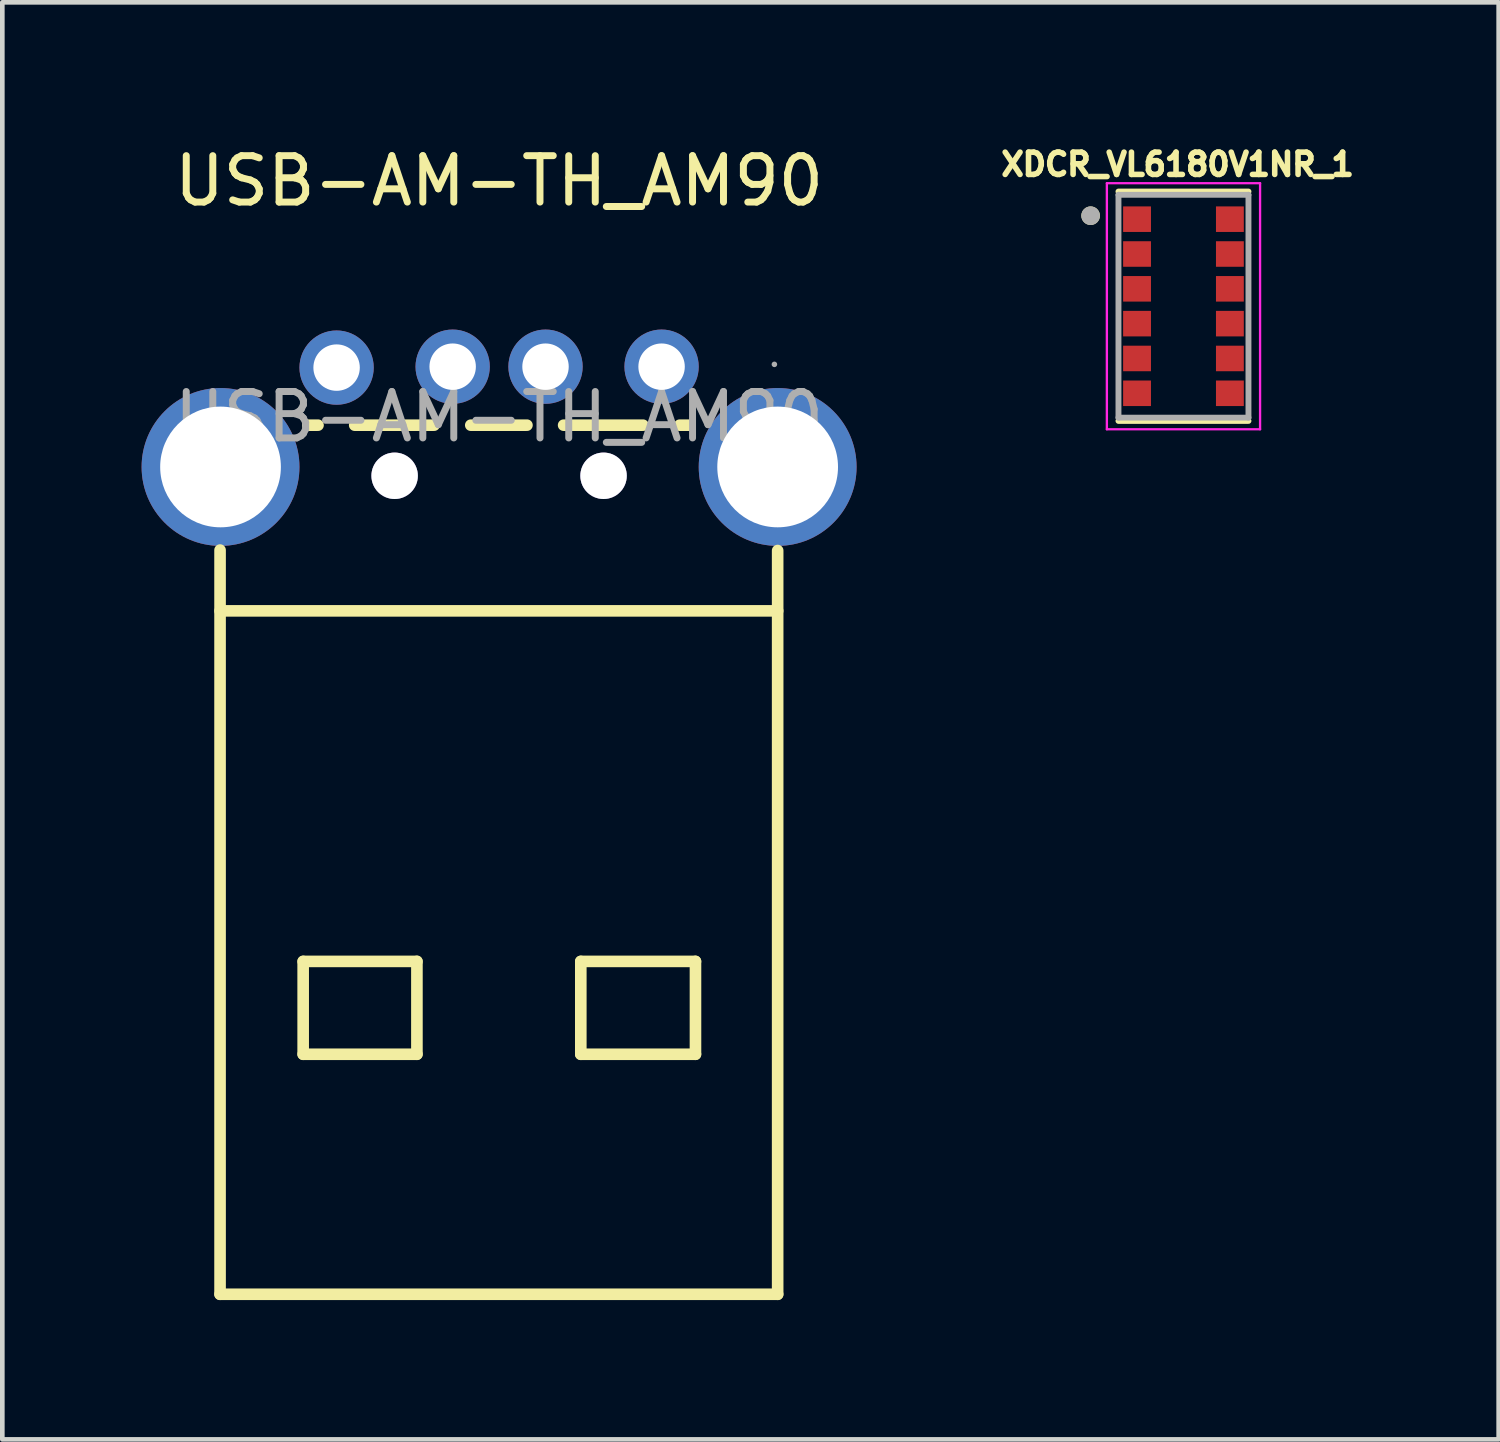
<source format=kicad_pcb>
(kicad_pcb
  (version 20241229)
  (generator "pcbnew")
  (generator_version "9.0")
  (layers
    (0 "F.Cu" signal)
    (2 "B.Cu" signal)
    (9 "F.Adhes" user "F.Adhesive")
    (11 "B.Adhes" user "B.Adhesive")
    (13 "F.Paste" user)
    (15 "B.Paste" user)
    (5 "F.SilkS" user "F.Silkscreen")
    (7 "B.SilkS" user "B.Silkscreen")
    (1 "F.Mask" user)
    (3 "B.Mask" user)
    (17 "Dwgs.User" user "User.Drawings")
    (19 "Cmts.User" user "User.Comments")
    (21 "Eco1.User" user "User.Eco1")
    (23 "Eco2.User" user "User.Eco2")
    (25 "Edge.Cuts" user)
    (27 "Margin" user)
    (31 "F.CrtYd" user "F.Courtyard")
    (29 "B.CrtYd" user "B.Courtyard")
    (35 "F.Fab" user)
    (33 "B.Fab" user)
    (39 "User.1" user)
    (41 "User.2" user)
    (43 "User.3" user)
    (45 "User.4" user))
  (footprint "XDCR_VL6180V1NR_1"
    (layer "F.Cu")
    (at 22.441 3.546)
    (property "Reference" "XDCR_VL6180V1NR_1" (at -0.126 -3.055 0) (layer "F.SilkS") (effects (font (size 0.48 0.48) (thickness 0.15))))
    (attr through_hole)
    (fp_line (start -1.4 -2.47) (end 1.4 -2.47) (stroke (width 0.127) (type solid)) (layer "F.SilkS"))
    (fp_line (start 1.4 2.47) (end -1.4 2.47) (stroke (width 0.127) (type solid)) (layer "F.SilkS"))
    (fp_circle (center -2 -1.95) (end -1.9 -1.95) (stroke (width 0.2) (type solid)) (fill no) (layer "F.SilkS"))
    (fp_line (start -1.65 -2.65) (end -1.65 2.65) (stroke (width 0.05) (type solid)) (layer "F.CrtYd"))
    (fp_line (start -1.65 2.65) (end 1.65 2.65) (stroke (width 0.05) (type solid)) (layer "F.CrtYd"))
    (fp_line (start 1.65 -2.65) (end -1.65 -2.65) (stroke (width 0.05) (type solid)) (layer "F.CrtYd"))
    (fp_line (start 1.65 2.65) (end 1.65 -2.65) (stroke (width 0.05) (type solid)) (layer "F.CrtYd"))
    (fp_line (start -1.4 -2.4) (end 1.4 -2.4) (stroke (width 0.127) (type solid)) (layer "F.Fab"))
    (fp_line (start -1.4 2.4) (end -1.4 -2.4) (stroke (width 0.127) (type solid)) (layer "F.Fab"))
    (fp_line (start 1.4 -2.4) (end 1.4 2.4) (stroke (width 0.127) (type solid)) (layer "F.Fab"))
    (fp_line (start 1.4 2.4) (end -1.4 2.4) (stroke (width 0.127) (type solid)) (layer "F.Fab"))
    (fp_circle (center -2 -1.95) (end -1.9 -1.95) (stroke (width 0.2) (type solid)) (fill no) (layer "F.Fab"))
    (pad "1" smd rect (at -1 -1.875) (size 0.6 0.55) (layers "F.Cu" "F.Mask" "F.Paste"))
    (pad "2" smd rect (at -1 -1.125) (size 0.6 0.55) (layers "F.Cu" "F.Mask" "F.Paste"))
    (pad "3" smd rect (at -1 -0.375) (size 0.6 0.55) (layers "F.Cu" "F.Mask" "F.Paste"))
    (pad "4" smd rect (at -1 0.375) (size 0.6 0.55) (layers "F.Cu" "F.Mask" "F.Paste"))
    (pad "5" smd rect (at -1 1.125) (size 0.6 0.55) (layers "F.Cu" "F.Mask" "F.Paste"))
    (pad "6" smd rect (at -1 1.875) (size 0.6 0.55) (layers "F.Cu" "F.Mask" "F.Paste"))
    (pad "7" smd rect (at 1 1.875) (size 0.6 0.55) (layers "F.Cu" "F.Mask" "F.Paste"))
    (pad "8" smd rect (at 1 1.125) (size 0.6 0.55) (layers "F.Cu" "F.Mask" "F.Paste"))
    (pad "9" smd rect (at 1 0.375) (size 0.6 0.55) (layers "F.Cu" "F.Mask" "F.Paste"))
    (pad "10" smd rect (at 1 -0.375) (size 0.6 0.55) (layers "F.Cu" "F.Mask" "F.Paste"))
    (pad "11" smd rect (at 1 -1.125) (size 0.6 0.55) (layers "F.Cu" "F.Mask" "F.Paste"))
    (pad "12" smd rect (at 1 -1.875) (size 0.6 0.55) (layers "F.Cu" "F.Mask" "F.Paste")))
  (footprint "USB-AM-TH_AM90"
    (layer "F.Cu")
    (at 7.7 5.928)
    (property "Reference" "USB-AM-TH_AM90" (at 0 -5.08 0) (layer "F.SilkS") (effects (font (size 1 1) (thickness 0.15))))
    (attr through_hole)
    (fp_line (start -6.01 4.18) (end 6 4.18) (stroke (width 0.25) (type solid)) (layer "F.SilkS"))
    (fp_line (start -6.01 18.9) (end -6.01 2.87) (stroke (width 0.25) (type solid)) (layer "F.SilkS"))
    (fp_line (start -4.22 11.73) (end -1.77 11.73) (stroke (width 0.25) (type solid)) (layer "F.SilkS"))
    (fp_line (start -4.22 13.73) (end -4.22 11.73) (stroke (width 0.25) (type solid)) (layer "F.SilkS"))
    (fp_line (start -4.12 0.18) (end -3.9 0.18) (stroke (width 0.25) (type solid)) (layer "F.SilkS"))
    (fp_line (start -3.11 0.18) (end -1.4 0.18) (stroke (width 0.25) (type solid)) (layer "F.SilkS"))
    (fp_line (start -1.77 13.73) (end -4.22 13.73) (stroke (width 0.25) (type solid)) (layer "F.SilkS"))
    (fp_line (start -1.77 13.73) (end -1.77 11.73) (stroke (width 0.25) (type solid)) (layer "F.SilkS"))
    (fp_line (start -0.61 0.18) (end 0.6 0.18) (stroke (width 0.25) (type solid)) (layer "F.SilkS"))
    (fp_line (start 1.39 0.18) (end 3.1 0.18) (stroke (width 0.25) (type solid)) (layer "F.SilkS"))
    (fp_line (start 1.76 13.73) (end 1.76 11.73) (stroke (width 0.25) (type solid)) (layer "F.SilkS"))
    (fp_line (start 1.76 13.73) (end 4.23 13.73) (stroke (width 0.25) (type solid)) (layer "F.SilkS"))
    (fp_line (start 3.89 0.18) (end 4.11 0.18) (stroke (width 0.25) (type solid)) (layer "F.SilkS"))
    (fp_line (start 4.23 11.73) (end 1.76 11.73) (stroke (width 0.25) (type solid)) (layer "F.SilkS"))
    (fp_line (start 4.23 13.73) (end 4.23 11.73) (stroke (width 0.25) (type solid)) (layer "F.SilkS"))
    (fp_line (start 6 18.9) (end -6.01 18.9) (stroke (width 0.25) (type solid)) (layer "F.SilkS"))
    (fp_line (start 6 18.9) (end 6 2.88) (stroke (width 0.25) (type solid)) (layer "F.SilkS"))
    (fp_circle (center 5.93 -1.13) (end 5.96 -1.13) (stroke (width 0.06) (type solid)) (fill no) (layer "F.Fab"))
    (fp_text user "${REFERENCE}" (at 0 0 0) (layer "F.Fab") (effects (font (size 1 1) (thickness 0.15))))
    (pad "" thru_hole circle (at -2.25 1.27) (size 1 1) (drill 1) (layers "*.Cu" "*.Mask"))
    (pad "" thru_hole circle (at 2.25 1.27) (size 1 1) (drill 1) (layers "*.Cu" "*.Mask"))
    (pad "1" thru_hole circle (at 3.5 -1.08 270) (size 1.6 1.6) (drill 1) (layers "*.Cu" "*.Paste" "*.Mask"))
    (pad "2" thru_hole circle (at 1 -1.08 270) (size 1.6 1.6) (drill 1) (layers "*.Cu" "*.Paste" "*.Mask"))
    (pad "3" thru_hole circle (at -1 -1.08 270) (size 1.6 1.6) (drill 1) (layers "*.Cu" "*.Paste" "*.Mask"))
    (pad "4" thru_hole circle (at -3.5 -1.06 270) (size 1.6 1.6) (drill 1) (layers "*.Cu" "*.Paste" "*.Mask"))
    (pad "MH1" thru_hole circle (at 6 1.08 270) (size 3.4 3.4) (drill 2.6) (layers "*.Cu" "*.Paste" "*.Mask"))
    (pad "MH2" thru_hole circle (at -6 1.08 270) (size 3.4 3.4) (drill 2.6) (layers "*.Cu" "*.Paste" "*.Mask")))
  (gr_rect
    (start -3 -3)
    (end 29.23 27.953)
    (stroke (width 0.1) (type default))
    (fill no)
    (layer "Edge.Cuts")))
</source>
